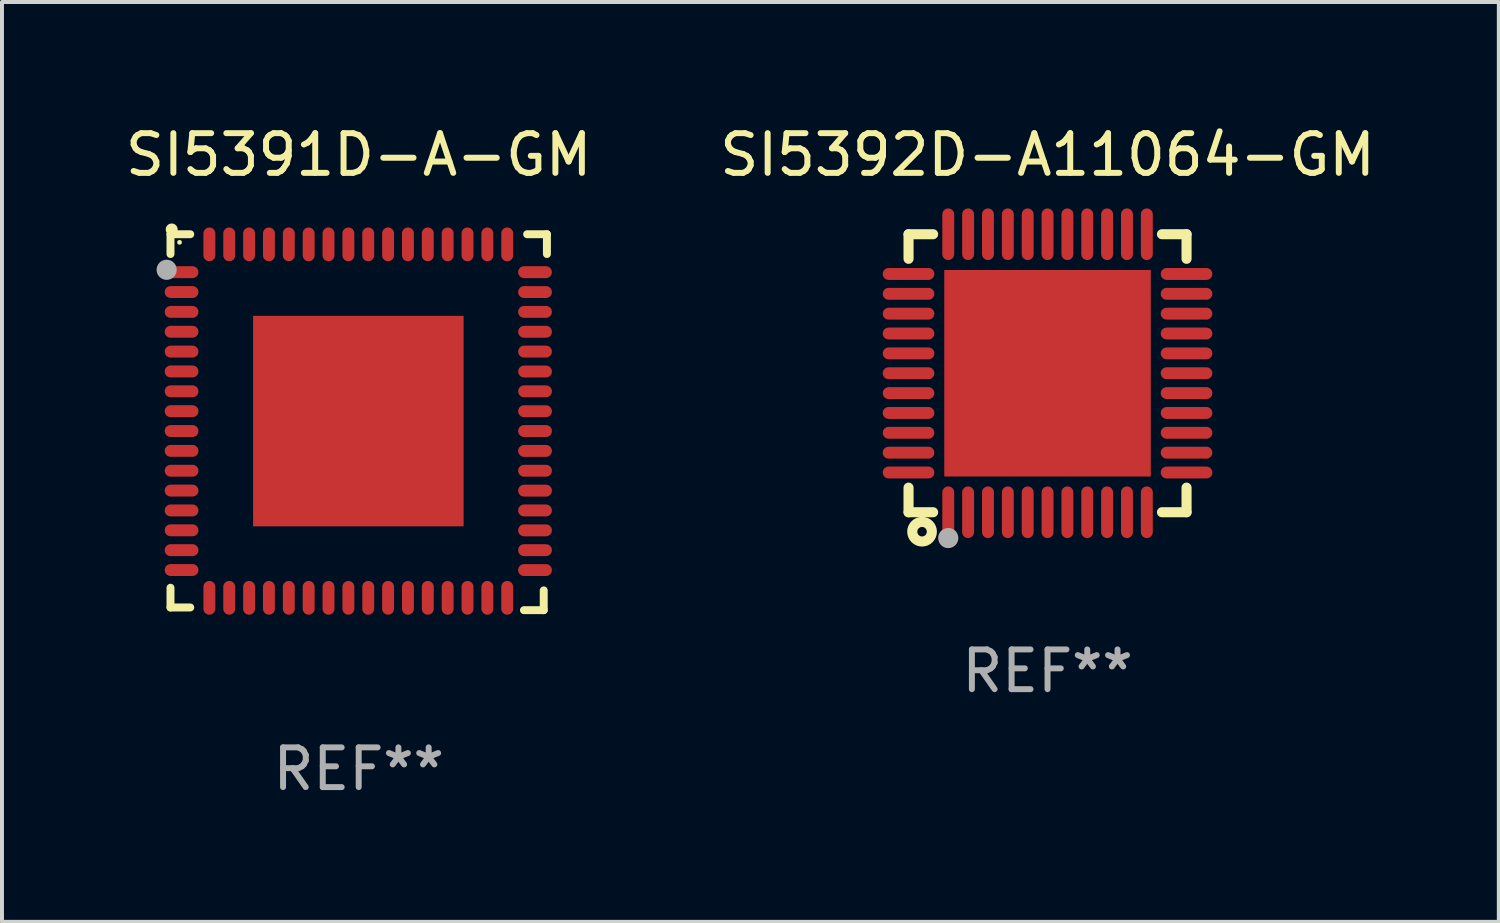
<source format=kicad_pcb>
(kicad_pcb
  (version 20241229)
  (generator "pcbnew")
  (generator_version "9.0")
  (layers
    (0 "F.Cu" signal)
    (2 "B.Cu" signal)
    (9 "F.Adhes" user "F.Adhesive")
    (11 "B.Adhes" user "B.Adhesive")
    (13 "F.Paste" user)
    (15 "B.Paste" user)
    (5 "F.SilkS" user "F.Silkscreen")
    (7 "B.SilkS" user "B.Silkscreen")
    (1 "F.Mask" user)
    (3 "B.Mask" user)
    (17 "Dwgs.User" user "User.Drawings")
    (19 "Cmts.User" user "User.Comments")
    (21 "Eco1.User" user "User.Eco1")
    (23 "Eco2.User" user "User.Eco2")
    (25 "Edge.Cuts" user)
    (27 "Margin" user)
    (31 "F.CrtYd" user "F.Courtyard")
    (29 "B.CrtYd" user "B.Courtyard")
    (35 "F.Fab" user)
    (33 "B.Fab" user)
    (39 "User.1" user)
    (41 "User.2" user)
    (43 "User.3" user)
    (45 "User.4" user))
  (footprint "SI5391D-A-GM"
    (layer "F.Cu")
    (at 5.982 7.581)
    (property "Reference" "SI5391D-A-GM" (at 0 -6.733 0) (layer "F.SilkS") (effects (font (size 1 1) (thickness 0.15))))
    (attr through_hole)
    (fp_line (start -4.739 -4.733) (end -4.241 -4.733) (stroke (width 0.2) (type solid)) (layer "F.SilkS"))
    (fp_line (start -4.739 -4.235) (end -4.739 -4.733) (stroke (width 0.2) (type solid)) (layer "F.SilkS"))
    (fp_line (start -4.739 4.168) (end -4.739 4.665) (stroke (width 0.2) (type solid)) (layer "F.SilkS"))
    (fp_line (start -4.739 4.665) (end -4.241 4.665) (stroke (width 0.2) (type solid)) (layer "F.SilkS"))
    (fp_line (start 4.161 4.733) (end 4.659 4.733) (stroke (width 0.2) (type solid)) (layer "F.SilkS"))
    (fp_line (start 4.241 -4.733) (end 4.739 -4.733) (stroke (width 0.2) (type solid)) (layer "F.SilkS"))
    (fp_line (start 4.659 4.733) (end 4.659 4.235) (stroke (width 0.2) (type solid)) (layer "F.SilkS"))
    (fp_line (start 4.739 -4.733) (end 4.739 -4.235) (stroke (width 0.2) (type solid)) (layer "F.SilkS"))
    (fp_arc (start -4.708623 -4.85108) (mid -4.708628 -4.85235) (end -4.708623 -4.85362) (stroke (width 0.3) (type solid)) (layer "F.SilkS"))
    (fp_circle (center -4.511 -4.529) (end -4.481 -4.529) (stroke (width 0.06) (type solid)) (fill no) (layer "F.SilkS"))
    (fp_circle (center -4.836 -3.838) (end -4.709 -3.838) (stroke (width 0.254) (type solid)) (fill no) (layer "F.Fab"))
    (fp_text user "REF**" (at 0 8.733 0) (layer "F.Fab") (effects (font (size 1 1) (thickness 0.15))))
    (pad "1" smd oval (at -4.46 -3.778) (size 0.85 0.3) (layers "F.Cu" "F.Mask" "F.Paste"))
    (pad "2" smd oval (at -4.46 -3.278) (size 0.85 0.3) (layers "F.Cu" "F.Mask" "F.Paste"))
    (pad "3" smd oval (at -4.46 -2.778) (size 0.85 0.3) (layers "F.Cu" "F.Mask" "F.Paste"))
    (pad "4" smd oval (at -4.46 -2.278) (size 0.85 0.3) (layers "F.Cu" "F.Mask" "F.Paste"))
    (pad "5" smd oval (at -4.46 -1.778) (size 0.85 0.3) (layers "F.Cu" "F.Mask" "F.Paste"))
    (pad "6" smd oval (at -4.46 -1.278) (size 0.85 0.3) (layers "F.Cu" "F.Mask" "F.Paste"))
    (pad "7" smd oval (at -4.46 -0.778) (size 0.85 0.3) (layers "F.Cu" "F.Mask" "F.Paste"))
    (pad "8" smd oval (at -4.46 -0.278) (size 0.85 0.3) (layers "F.Cu" "F.Mask" "F.Paste"))
    (pad "9" smd oval (at -4.46 0.222) (size 0.85 0.3) (layers "F.Cu" "F.Mask" "F.Paste"))
    (pad "10" smd oval (at -4.46 0.722) (size 0.85 0.3) (layers "F.Cu" "F.Mask" "F.Paste"))
    (pad "11" smd oval (at -4.46 1.222) (size 0.85 0.3) (layers "F.Cu" "F.Mask" "F.Paste"))
    (pad "12" smd oval (at -4.46 1.722) (size 0.85 0.3) (layers "F.Cu" "F.Mask" "F.Paste"))
    (pad "13" smd oval (at -4.46 2.222) (size 0.85 0.3) (layers "F.Cu" "F.Mask" "F.Paste"))
    (pad "14" smd oval (at -4.46 2.722) (size 0.85 0.3) (layers "F.Cu" "F.Mask" "F.Paste"))
    (pad "15" smd oval (at -4.46 3.222) (size 0.85 0.3) (layers "F.Cu" "F.Mask" "F.Paste"))
    (pad "16" smd oval (at -4.46 3.722) (size 0.85 0.3) (layers "F.Cu" "F.Mask" "F.Paste"))
    (pad "17" smd oval (at -3.76 4.422) (size 0.3 0.85) (layers "F.Cu" "F.Mask" "F.Paste"))
    (pad "18" smd oval (at -3.26 4.422) (size 0.3 0.85) (layers "F.Cu" "F.Mask" "F.Paste"))
    (pad "19" smd oval (at -2.76 4.422) (size 0.3 0.85) (layers "F.Cu" "F.Mask" "F.Paste"))
    (pad "20" smd oval (at -2.26 4.422) (size 0.3 0.85) (layers "F.Cu" "F.Mask" "F.Paste"))
    (pad "21" smd oval (at -1.76 4.422) (size 0.3 0.85) (layers "F.Cu" "F.Mask" "F.Paste"))
    (pad "22" smd oval (at -1.26 4.422) (size 0.3 0.85) (layers "F.Cu" "F.Mask" "F.Paste"))
    (pad "23" smd oval (at -0.76 4.422) (size 0.3 0.85) (layers "F.Cu" "F.Mask" "F.Paste"))
    (pad "24" smd oval (at -0.26 4.422) (size 0.3 0.85) (layers "F.Cu" "F.Mask" "F.Paste"))
    (pad "25" smd oval (at 0.24 4.422) (size 0.3 0.85) (layers "F.Cu" "F.Mask" "F.Paste"))
    (pad "26" smd oval (at 0.74 4.422) (size 0.3 0.85) (layers "F.Cu" "F.Mask" "F.Paste"))
    (pad "27" smd oval (at 1.24 4.422) (size 0.3 0.85) (layers "F.Cu" "F.Mask" "F.Paste"))
    (pad "28" smd oval (at 1.74 4.422) (size 0.3 0.85) (layers "F.Cu" "F.Mask" "F.Paste"))
    (pad "29" smd oval (at 2.24 4.422) (size 0.3 0.85) (layers "F.Cu" "F.Mask" "F.Paste"))
    (pad "30" smd oval (at 2.74 4.422) (size 0.3 0.85) (layers "F.Cu" "F.Mask" "F.Paste"))
    (pad "31" smd oval (at 3.24 4.422) (size 0.3 0.85) (layers "F.Cu" "F.Mask" "F.Paste"))
    (pad "32" smd oval (at 3.74 4.422) (size 0.3 0.85) (layers "F.Cu" "F.Mask" "F.Paste"))
    (pad "33" smd oval (at 4.44 3.723) (size 0.85 0.3) (layers "F.Cu" "F.Mask" "F.Paste"))
    (pad "34" smd oval (at 4.44 3.222) (size 0.85 0.3) (layers "F.Cu" "F.Mask" "F.Paste"))
    (pad "35" smd oval (at 4.44 2.723) (size 0.85 0.3) (layers "F.Cu" "F.Mask" "F.Paste"))
    (pad "36" smd oval (at 4.44 2.222) (size 0.85 0.3) (layers "F.Cu" "F.Mask" "F.Paste"))
    (pad "37" smd oval (at 4.44 1.723) (size 0.85 0.3) (layers "F.Cu" "F.Mask" "F.Paste"))
    (pad "38" smd oval (at 4.44 1.222) (size 0.85 0.3) (layers "F.Cu" "F.Mask" "F.Paste"))
    (pad "39" smd oval (at 4.44 0.723) (size 0.85 0.3) (layers "F.Cu" "F.Mask" "F.Paste"))
    (pad "40" smd oval (at 4.44 0.222) (size 0.85 0.3) (layers "F.Cu" "F.Mask" "F.Paste"))
    (pad "41" smd oval (at 4.44 -0.277) (size 0.85 0.3) (layers "F.Cu" "F.Mask" "F.Paste"))
    (pad "42" smd oval (at 4.44 -0.778) (size 0.85 0.3) (layers "F.Cu" "F.Mask" "F.Paste"))
    (pad "43" smd oval (at 4.44 -1.277) (size 0.85 0.3) (layers "F.Cu" "F.Mask" "F.Paste"))
    (pad "44" smd oval (at 4.44 -1.778) (size 0.85 0.3) (layers "F.Cu" "F.Mask" "F.Paste"))
    (pad "45" smd oval (at 4.44 -2.277) (size 0.85 0.3) (layers "F.Cu" "F.Mask" "F.Paste"))
    (pad "46" smd oval (at 4.44 -2.778) (size 0.85 0.3) (layers "F.Cu" "F.Mask" "F.Paste"))
    (pad "47" smd oval (at 4.44 -3.277) (size 0.85 0.3) (layers "F.Cu" "F.Mask" "F.Paste"))
    (pad "48" smd oval (at 4.44 -3.778) (size 0.85 0.3) (layers "F.Cu" "F.Mask" "F.Paste"))
    (pad "49" smd oval (at 3.74 -4.478) (size 0.3 0.85) (layers "F.Cu" "F.Mask" "F.Paste"))
    (pad "50" smd oval (at 3.24 -4.478) (size 0.3 0.85) (layers "F.Cu" "F.Mask" "F.Paste"))
    (pad "51" smd oval (at 2.74 -4.478) (size 0.3 0.85) (layers "F.Cu" "F.Mask" "F.Paste"))
    (pad "52" smd oval (at 2.24 -4.478) (size 0.3 0.85) (layers "F.Cu" "F.Mask" "F.Paste"))
    (pad "53" smd oval (at 1.74 -4.478) (size 0.3 0.85) (layers "F.Cu" "F.Mask" "F.Paste"))
    (pad "54" smd oval (at 1.24 -4.478) (size 0.3 0.85) (layers "F.Cu" "F.Mask" "F.Paste"))
    (pad "55" smd oval (at 0.74 -4.478) (size 0.3 0.85) (layers "F.Cu" "F.Mask" "F.Paste"))
    (pad "56" smd oval (at 0.24 -4.478) (size 0.3 0.85) (layers "F.Cu" "F.Mask" "F.Paste"))
    (pad "57" smd oval (at -0.26 -4.478) (size 0.3 0.85) (layers "F.Cu" "F.Mask" "F.Paste"))
    (pad "58" smd oval (at -0.76 -4.478) (size 0.3 0.85) (layers "F.Cu" "F.Mask" "F.Paste"))
    (pad "59" smd oval (at -1.26 -4.478) (size 0.3 0.85) (layers "F.Cu" "F.Mask" "F.Paste"))
    (pad "60" smd oval (at -1.76 -4.478) (size 0.3 0.85) (layers "F.Cu" "F.Mask" "F.Paste"))
    (pad "61" smd oval (at -2.26 -4.478) (size 0.3 0.85) (layers "F.Cu" "F.Mask" "F.Paste"))
    (pad "62" smd oval (at -2.76 -4.478) (size 0.3 0.85) (layers "F.Cu" "F.Mask" "F.Paste"))
    (pad "63" smd oval (at -3.26 -4.478) (size 0.3 0.85) (layers "F.Cu" "F.Mask" "F.Paste"))
    (pad "64" smd oval (at -3.76 -4.478) (size 0.3 0.85) (layers "F.Cu" "F.Mask" "F.Paste"))
    (pad "65" smd rect (at -0.009 -0.028 90) (size 5.3 5.3) (layers "F.Cu" "F.Mask" "F.Paste")))
  (footprint "SI5392D-A11064-GM"
    (layer "F.Cu")
    (at 23.327 6.348)
    (property "Reference" "SI5392D-A11064-GM" (at 0 -5.5 0) (layer "F.SilkS") (effects (font (size 1 1) (thickness 0.15))))
    (attr through_hole)
    (fp_line (start -3.5 -3.5) (end -2.881 -3.5) (stroke (width 0.254) (type solid)) (layer "F.SilkS"))
    (fp_line (start -3.5 -2.881) (end -3.5 -3.5) (stroke (width 0.254) (type solid)) (layer "F.SilkS"))
    (fp_line (start -3.5 3.5) (end -3.5 2.881) (stroke (width 0.254) (type solid)) (layer "F.SilkS"))
    (fp_line (start -2.881 3.5) (end -3.5 3.5) (stroke (width 0.254) (type solid)) (layer "F.SilkS"))
    (fp_line (start 2.881 -3.5) (end 3.5 -3.5) (stroke (width 0.254) (type solid)) (layer "F.SilkS"))
    (fp_line (start 3.5 -3.5) (end 3.5 -2.881) (stroke (width 0.254) (type solid)) (layer "F.SilkS"))
    (fp_line (start 3.5 2.881) (end 3.5 3.5) (stroke (width 0.254) (type solid)) (layer "F.SilkS"))
    (fp_line (start 3.5 3.5) (end 2.881 3.5) (stroke (width 0.254) (type solid)) (layer "F.SilkS"))
    (fp_circle (center -3.5 3.5) (end -3.47 3.5) (stroke (width 0.06) (type solid)) (fill no) (layer "F.SilkS"))
    (fp_circle (center -3.16 3.99) (end -3.04 3.99) (stroke (width 0.254) (type solid)) (fill no) (layer "F.SilkS"))
    (fp_circle (center -2.5 4.15) (end -2.373 4.15) (stroke (width 0.254) (type solid)) (fill no) (layer "F.Fab"))
    (fp_text user "REF**" (at 0 7.5 0) (layer "F.Fab") (effects (font (size 1 1) (thickness 0.15))))
    (pad "1" smd oval (at -2.5 3.5 90) (size 1.3 0.3) (layers "F.Cu" "F.Mask" "F.Paste"))
    (pad "2" smd oval (at -2 3.5 90) (size 1.3 0.3) (layers "F.Cu" "F.Mask" "F.Paste"))
    (pad "3" smd oval (at -1.5 3.5 90) (size 1.3 0.3) (layers "F.Cu" "F.Mask" "F.Paste"))
    (pad "4" smd oval (at -1 3.5 90) (size 1.3 0.3) (layers "F.Cu" "F.Mask" "F.Paste"))
    (pad "5" smd oval (at -0.5 3.5 90) (size 1.3 0.3) (layers "F.Cu" "F.Mask" "F.Paste"))
    (pad "6" smd oval (at -0.000127 3.5 90) (size 1.3 0.3) (layers "F.Cu" "F.Mask" "F.Paste"))
    (pad "7" smd oval (at 0.5 3.5 90) (size 1.3 0.3) (layers "F.Cu" "F.Mask" "F.Paste"))
    (pad "8" smd oval (at 1 3.5 90) (size 1.3 0.3) (layers "F.Cu" "F.Mask" "F.Paste"))
    (pad "9" smd oval (at 1.5 3.5 90) (size 1.3 0.3) (layers "F.Cu" "F.Mask" "F.Paste"))
    (pad "10" smd oval (at 2 3.5 90) (size 1.3 0.3) (layers "F.Cu" "F.Mask" "F.Paste"))
    (pad "11" smd oval (at 2.5 3.5 90) (size 1.3 0.3) (layers "F.Cu" "F.Mask" "F.Paste"))
    (pad "12" smd oval (at 3.5 2.5 90) (size 0.3 1.3) (layers "F.Cu" "F.Mask" "F.Paste"))
    (pad "13" smd oval (at 3.5 2 90) (size 0.3 1.3) (layers "F.Cu" "F.Mask" "F.Paste"))
    (pad "14" smd oval (at 3.5 1.5 90) (size 0.3 1.3) (layers "F.Cu" "F.Mask" "F.Paste"))
    (pad "15" smd oval (at 3.5 1 90) (size 0.3 1.3) (layers "F.Cu" "F.Mask" "F.Paste"))
    (pad "16" smd oval (at 3.5 0.5 90) (size 0.3 1.3) (layers "F.Cu" "F.Mask" "F.Paste"))
    (pad "17" smd oval (at 3.5 0.000127 90) (size 0.3 1.3) (layers "F.Cu" "F.Mask" "F.Paste"))
    (pad "18" smd oval (at 3.5 -0.5 90) (size 0.3 1.3) (layers "F.Cu" "F.Mask" "F.Paste"))
    (pad "19" smd oval (at 3.5 -1 90) (size 0.3 1.3) (layers "F.Cu" "F.Mask" "F.Paste"))
    (pad "20" smd oval (at 3.5 -1.5 90) (size 0.3 1.3) (layers "F.Cu" "F.Mask" "F.Paste"))
    (pad "21" smd oval (at 3.5 -2 90) (size 0.3 1.3) (layers "F.Cu" "F.Mask" "F.Paste"))
    (pad "22" smd oval (at 3.5 -2.5 90) (size 0.3 1.3) (layers "F.Cu" "F.Mask" "F.Paste"))
    (pad "23" smd oval (at 2.5 -3.5 90) (size 1.3 0.3) (layers "F.Cu" "F.Mask" "F.Paste"))
    (pad "24" smd oval (at 2 -3.5 90) (size 1.3 0.3) (layers "F.Cu" "F.Mask" "F.Paste"))
    (pad "25" smd oval (at 1.5 -3.5 90) (size 1.3 0.3) (layers "F.Cu" "F.Mask" "F.Paste"))
    (pad "26" smd oval (at 1 -3.5 90) (size 1.3 0.3) (layers "F.Cu" "F.Mask" "F.Paste"))
    (pad "27" smd oval (at 0.5 -3.5 90) (size 1.3 0.3) (layers "F.Cu" "F.Mask" "F.Paste"))
    (pad "28" smd oval (at -0.000127 -3.5 90) (size 1.3 0.3) (layers "F.Cu" "F.Mask" "F.Paste"))
    (pad "29" smd oval (at -0.5 -3.5 90) (size 1.3 0.3) (layers "F.Cu" "F.Mask" "F.Paste"))
    (pad "30" smd oval (at -1 -3.5 90) (size 1.3 0.3) (layers "F.Cu" "F.Mask" "F.Paste"))
    (pad "31" smd oval (at -1.5 -3.5 90) (size 1.3 0.3) (layers "F.Cu" "F.Mask" "F.Paste"))
    (pad "32" smd oval (at -2 -3.5 90) (size 1.3 0.3) (layers "F.Cu" "F.Mask" "F.Paste"))
    (pad "33" smd oval (at -2.5 -3.5 90) (size 1.3 0.3) (layers "F.Cu" "F.Mask" "F.Paste"))
    (pad "34" smd oval (at -3.5 -2.5 90) (size 0.3 1.3) (layers "F.Cu" "F.Mask" "F.Paste"))
    (pad "35" smd oval (at -3.5 -2 90) (size 0.3 1.3) (layers "F.Cu" "F.Mask" "F.Paste"))
    (pad "36" smd oval (at -3.5 -1.5 90) (size 0.3 1.3) (layers "F.Cu" "F.Mask" "F.Paste"))
    (pad "37" smd oval (at -3.5 -1 90) (size 0.3 1.3) (layers "F.Cu" "F.Mask" "F.Paste"))
    (pad "38" smd oval (at -3.5 -0.5 90) (size 0.3 1.3) (layers "F.Cu" "F.Mask" "F.Paste"))
    (pad "39" smd oval (at -3.5 0.000127 90) (size 0.3 1.3) (layers "F.Cu" "F.Mask" "F.Paste"))
    (pad "40" smd oval (at -3.5 0.5 90) (size 0.3 1.3) (layers "F.Cu" "F.Mask" "F.Paste"))
    (pad "41" smd oval (at -3.5 1 90) (size 0.3 1.3) (layers "F.Cu" "F.Mask" "F.Paste"))
    (pad "42" smd oval (at -3.5 1.5 90) (size 0.3 1.3) (layers "F.Cu" "F.Mask" "F.Paste"))
    (pad "43" smd oval (at -3.5 2 90) (size 0.3 1.3) (layers "F.Cu" "F.Mask" "F.Paste"))
    (pad "44" smd oval (at -3.5 2.5 90) (size 0.3 1.3) (layers "F.Cu" "F.Mask" "F.Paste"))
    (pad "45" smd rect (at -0.000127 0.000127 90) (size 5.2 5.2) (layers "F.Cu" "F.Mask" "F.Paste")))
  (gr_rect
    (start -3 -3)
    (end 34.69 20.162)
    (stroke (width 0.1) (type default))
    (fill no)
    (layer "Edge.Cuts")))
</source>
